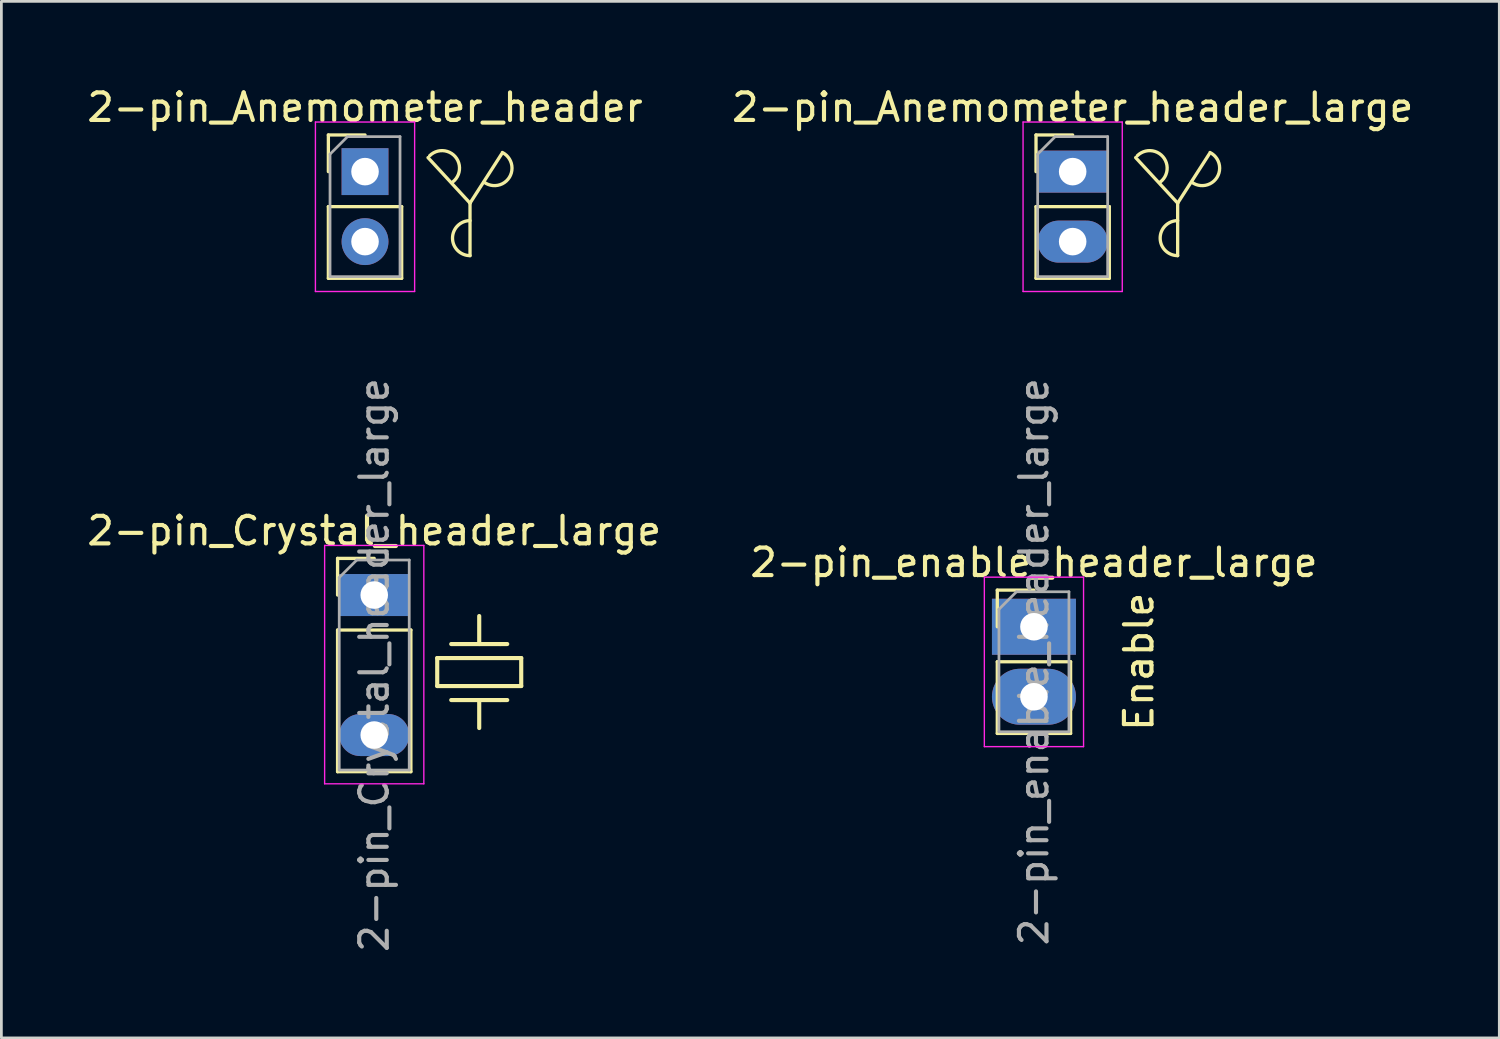
<source format=kicad_pcb>
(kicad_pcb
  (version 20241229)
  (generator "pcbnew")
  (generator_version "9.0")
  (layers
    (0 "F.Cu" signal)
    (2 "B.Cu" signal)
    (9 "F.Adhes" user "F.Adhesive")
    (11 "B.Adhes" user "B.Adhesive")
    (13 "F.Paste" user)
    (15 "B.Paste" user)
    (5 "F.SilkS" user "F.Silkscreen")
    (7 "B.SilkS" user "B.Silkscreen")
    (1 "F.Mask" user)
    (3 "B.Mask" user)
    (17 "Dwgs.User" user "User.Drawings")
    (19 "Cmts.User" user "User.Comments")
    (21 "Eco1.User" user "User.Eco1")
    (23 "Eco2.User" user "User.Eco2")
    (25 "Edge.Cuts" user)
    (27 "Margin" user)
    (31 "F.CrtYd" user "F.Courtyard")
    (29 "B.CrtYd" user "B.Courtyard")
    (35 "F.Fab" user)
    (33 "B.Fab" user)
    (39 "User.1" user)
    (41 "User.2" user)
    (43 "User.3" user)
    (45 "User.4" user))
  (footprint "2-pin_enable_header_large"
    (layer "F.Cu")
    (at 34.47 19.694)
    (property "Reference" "2-pin_enable_header_large" (at 0 -2.33 0) (layer "F.SilkS") (effects (font (size 1 1) (thickness 0.15))))
    (attr through_hole)
    (fp_line (start -1.33 -1.33) (end 0 -1.33) (stroke (width 0.12) (type solid)) (layer "F.SilkS"))
    (fp_line (start -1.33 0) (end -1.33 -1.33) (stroke (width 0.12) (type solid)) (layer "F.SilkS"))
    (fp_line (start -1.33 1.27) (end -1.33 3.87) (stroke (width 0.12) (type solid)) (layer "F.SilkS"))
    (fp_line (start -1.33 1.27) (end 1.33 1.27) (stroke (width 0.12) (type solid)) (layer "F.SilkS"))
    (fp_line (start -1.33 3.87) (end 1.33 3.87) (stroke (width 0.12) (type solid)) (layer "F.SilkS"))
    (fp_line (start 1.33 1.27) (end 1.33 3.87) (stroke (width 0.12) (type solid)) (layer "F.SilkS"))
    (fp_line (start -1.8 -1.8) (end -1.8 4.35) (stroke (width 0.05) (type solid)) (layer "F.CrtYd"))
    (fp_line (start -1.8 4.35) (end 1.8 4.35) (stroke (width 0.05) (type solid)) (layer "F.CrtYd"))
    (fp_line (start 1.8 -1.8) (end -1.8 -1.8) (stroke (width 0.05) (type solid)) (layer "F.CrtYd"))
    (fp_line (start 1.8 4.35) (end 1.8 -1.8) (stroke (width 0.05) (type solid)) (layer "F.CrtYd"))
    (fp_line (start -1.27 -0.635) (end -0.635 -1.27) (stroke (width 0.1) (type solid)) (layer "F.Fab"))
    (fp_line (start -1.27 3.81) (end -1.27 -0.635) (stroke (width 0.1) (type solid)) (layer "F.Fab"))
    (fp_line (start -0.635 -1.27) (end 1.27 -1.27) (stroke (width 0.1) (type solid)) (layer "F.Fab"))
    (fp_line (start 1.27 -1.27) (end 1.27 3.81) (stroke (width 0.1) (type solid)) (layer "F.Fab"))
    (fp_line (start 1.27 3.81) (end -1.27 3.81) (stroke (width 0.1) (type solid)) (layer "F.Fab"))
    (fp_text user "Enable" (at 3.81 1.27 90) (layer "F.SilkS") (effects (font (size 1 1) (thickness 0.15))))
    (fp_text user "${REFERENCE}" (at 0 1.27 90) (layer "F.Fab") (effects (font (size 1 1) (thickness 0.15))))
    (pad "1" thru_hole rect (at 0 0) (size 3.048 2.032) (drill 1) (layers "*.Cu" "*.Mask"))
    (pad "2" thru_hole oval (at 0 2.54) (size 3.048 2.032) (drill 1) (layers "*.Cu" "*.Mask")))
  (footprint "2-pin_Crystal_header_large"
    (layer "F.Cu")
    (at 10.53 18.543)
    (property "Reference" "2-pin_Crystal_header_large" (at 0 -2.33 0) (layer "F.SilkS") (effects (font (size 1 1) (thickness 0.15))))
    (attr through_hole)
    (fp_line (start -1.33 -1.33) (end 0 -1.33) (stroke (width 0.12) (type solid)) (layer "F.SilkS"))
    (fp_line (start -1.33 0) (end -1.33 -1.33) (stroke (width 0.12) (type solid)) (layer "F.SilkS"))
    (fp_line (start -1.33 1.27) (end -1.33 6.41) (stroke (width 0.12) (type solid)) (layer "F.SilkS"))
    (fp_line (start -1.33 1.27) (end 1.33 1.27) (stroke (width 0.12) (type solid)) (layer "F.SilkS"))
    (fp_line (start -1.33 6.41) (end 1.33 6.41) (stroke (width 0.12) (type solid)) (layer "F.SilkS"))
    (fp_line (start 1.33 1.27) (end 1.33 6.41) (stroke (width 0.12) (type solid)) (layer "F.SilkS"))
    (fp_line (start 2.286 2.286) (end 5.334 2.286) (stroke (width 0.15) (type solid)) (layer "F.SilkS"))
    (fp_line (start 2.286 3.302) (end 2.286 2.286) (stroke (width 0.15) (type solid)) (layer "F.SilkS"))
    (fp_line (start 2.794 1.778) (end 4.572 1.778) (stroke (width 0.15) (type solid)) (layer "F.SilkS"))
    (fp_line (start 2.794 3.81) (end 4.572 3.81) (stroke (width 0.15) (type solid)) (layer "F.SilkS"))
    (fp_line (start 3.81 1.778) (end 3.81 0.762) (stroke (width 0.15) (type solid)) (layer "F.SilkS"))
    (fp_line (start 3.81 3.81) (end 3.81 4.826) (stroke (width 0.15) (type solid)) (layer "F.SilkS"))
    (fp_line (start 4.572 1.778) (end 4.826 1.778) (stroke (width 0.15) (type solid)) (layer "F.SilkS"))
    (fp_line (start 4.572 3.81) (end 4.826 3.81) (stroke (width 0.15) (type solid)) (layer "F.SilkS"))
    (fp_line (start 5.334 2.286) (end 5.334 3.302) (stroke (width 0.15) (type solid)) (layer "F.SilkS"))
    (fp_line (start 5.334 3.302) (end 2.286 3.302) (stroke (width 0.15) (type solid)) (layer "F.SilkS"))
    (fp_line (start -1.8 -1.8) (end -1.8 6.85) (stroke (width 0.05) (type solid)) (layer "F.CrtYd"))
    (fp_line (start -1.8 6.85) (end 1.8 6.85) (stroke (width 0.05) (type solid)) (layer "F.CrtYd"))
    (fp_line (start 1.8 -1.8) (end -1.8 -1.8) (stroke (width 0.05) (type solid)) (layer "F.CrtYd"))
    (fp_line (start 1.8 6.85) (end 1.8 -1.8) (stroke (width 0.05) (type solid)) (layer "F.CrtYd"))
    (fp_line (start -1.27 -0.635) (end -0.635 -1.27) (stroke (width 0.1) (type solid)) (layer "F.Fab"))
    (fp_line (start -1.27 6.35) (end -1.27 -0.635) (stroke (width 0.1) (type solid)) (layer "F.Fab"))
    (fp_line (start -0.635 -1.27) (end 1.27 -1.27) (stroke (width 0.1) (type solid)) (layer "F.Fab"))
    (fp_line (start 1.27 -1.27) (end 1.27 6.35) (stroke (width 0.1) (type solid)) (layer "F.Fab"))
    (fp_line (start 1.27 6.35) (end -1.27 6.35) (stroke (width 0.1) (type solid)) (layer "F.Fab"))
    (fp_text user "${REFERENCE}" (at 0 2.54 90) (layer "F.Fab") (effects (font (size 1 1) (thickness 0.15))))
    (pad "1" thru_hole rect (at 0 0) (size 2.54 1.524) (drill 1) (layers "*.Cu" "*.Mask"))
    (pad "2" thru_hole oval (at 0 5.08) (size 2.54 1.524) (drill 1) (layers "*.Cu" "*.Mask")))
  (footprint "2-pin_Anemometer_header_large"
    (layer "F.Cu")
    (at 35.875 3.178)
    (property "Reference" "2-pin_Anemometer_header_large" (at 0 -2.33 0) (layer "F.SilkS") (effects (font (size 1 1) (thickness 0.15))))
    (attr through_hole)
    (fp_line (start -1.33 -1.33) (end 0 -1.33) (stroke (width 0.12) (type solid)) (layer "F.SilkS"))
    (fp_line (start -1.33 0) (end -1.33 -1.33) (stroke (width 0.12) (type solid)) (layer "F.SilkS"))
    (fp_line (start -1.33 1.27) (end -1.33 3.87) (stroke (width 0.12) (type solid)) (layer "F.SilkS"))
    (fp_line (start -1.33 1.27) (end 1.33 1.27) (stroke (width 0.12) (type solid)) (layer "F.SilkS"))
    (fp_line (start -1.33 3.87) (end 1.33 3.87) (stroke (width 0.12) (type solid)) (layer "F.SilkS"))
    (fp_line (start 1.33 1.27) (end 1.33 3.87) (stroke (width 0.12) (type solid)) (layer "F.SilkS"))
    (fp_line (start 3.81 1.143) (end 2.286 -0.508) (stroke (width 0.12) (type solid)) (layer "F.SilkS"))
    (fp_line (start 3.81 1.143) (end 3.81 3.048) (stroke (width 0.12) (type solid)) (layer "F.SilkS"))
    (fp_line (start 3.81 1.143) (end 4.953 -0.635) (stroke (width 0.12) (type solid)) (layer "F.SilkS"))
    (fp_arc (start 2.344987 -0.576012) (mid 3.273713 -0.543053) (end 3.175 0.380999) (stroke (width 0.12) (type solid)) (layer "F.SilkS"))
    (fp_arc (start 3.81 3.048) (mid 3.175 2.413) (end 3.81 1.778) (stroke (width 0.12) (type solid)) (layer "F.SilkS"))
    (fp_arc (start 4.98298 -0.694961) (mid 5.239163 0.206838) (end 4.318001 0.381) (stroke (width 0.12) (type solid)) (layer "F.SilkS"))
    (fp_line (start -1.8 -1.8) (end -1.8 4.35) (stroke (width 0.05) (type solid)) (layer "F.CrtYd"))
    (fp_line (start -1.8 4.35) (end 1.8 4.35) (stroke (width 0.05) (type solid)) (layer "F.CrtYd"))
    (fp_line (start 1.8 -1.8) (end -1.8 -1.8) (stroke (width 0.05) (type solid)) (layer "F.CrtYd"))
    (fp_line (start 1.8 4.35) (end 1.8 -1.8) (stroke (width 0.05) (type solid)) (layer "F.CrtYd"))
    (fp_line (start -1.27 -0.635) (end -0.635 -1.27) (stroke (width 0.1) (type solid)) (layer "F.Fab"))
    (fp_line (start -1.27 3.81) (end -1.27 -0.635) (stroke (width 0.1) (type solid)) (layer "F.Fab"))
    (fp_line (start -0.635 -1.27) (end 1.27 -1.27) (stroke (width 0.1) (type solid)) (layer "F.Fab"))
    (fp_line (start 1.27 -1.27) (end 1.27 3.81) (stroke (width 0.1) (type solid)) (layer "F.Fab"))
    (fp_line (start 1.27 3.81) (end -1.27 3.81) (stroke (width 0.1) (type solid)) (layer "F.Fab"))
    (pad "1" thru_hole rect (at 0 0) (size 2.54 1.524) (drill 1) (layers "*.Cu" "*.Mask"))
    (pad "2" thru_hole oval (at 0 2.54) (size 2.54 1.524) (drill 1) (layers "*.Cu" "*.Mask")))
  (footprint "2-pin_Anemometer_header"
    (layer "F.Cu")
    (at 10.196 3.178)
    (property "Reference" "2-pin_Anemometer_header" (at 0 -2.33 0) (layer "F.SilkS") (effects (font (size 1 1) (thickness 0.15))))
    (attr through_hole)
    (fp_line (start -1.33 -1.33) (end 0 -1.33) (stroke (width 0.12) (type solid)) (layer "F.SilkS"))
    (fp_line (start -1.33 0) (end -1.33 -1.33) (stroke (width 0.12) (type solid)) (layer "F.SilkS"))
    (fp_line (start -1.33 1.27) (end -1.33 3.87) (stroke (width 0.12) (type solid)) (layer "F.SilkS"))
    (fp_line (start -1.33 1.27) (end 1.33 1.27) (stroke (width 0.12) (type solid)) (layer "F.SilkS"))
    (fp_line (start -1.33 3.87) (end 1.33 3.87) (stroke (width 0.12) (type solid)) (layer "F.SilkS"))
    (fp_line (start 1.33 1.27) (end 1.33 3.87) (stroke (width 0.12) (type solid)) (layer "F.SilkS"))
    (fp_line (start 3.81 1.143) (end 2.286 -0.508) (stroke (width 0.12) (type solid)) (layer "F.SilkS"))
    (fp_line (start 3.81 1.143) (end 3.81 3.048) (stroke (width 0.12) (type solid)) (layer "F.SilkS"))
    (fp_line (start 3.81 1.143) (end 4.953 -0.635) (stroke (width 0.12) (type solid)) (layer "F.SilkS"))
    (fp_arc (start 2.344987 -0.576012) (mid 3.273713 -0.543053) (end 3.175 0.380999) (stroke (width 0.12) (type solid)) (layer "F.SilkS"))
    (fp_arc (start 3.81 3.048) (mid 3.175 2.413) (end 3.81 1.778) (stroke (width 0.12) (type solid)) (layer "F.SilkS"))
    (fp_arc (start 4.98298 -0.694961) (mid 5.239163 0.206838) (end 4.318001 0.381) (stroke (width 0.12) (type solid)) (layer "F.SilkS"))
    (fp_line (start -1.8 -1.8) (end -1.8 4.35) (stroke (width 0.05) (type solid)) (layer "F.CrtYd"))
    (fp_line (start -1.8 4.35) (end 1.8 4.35) (stroke (width 0.05) (type solid)) (layer "F.CrtYd"))
    (fp_line (start 1.8 -1.8) (end -1.8 -1.8) (stroke (width 0.05) (type solid)) (layer "F.CrtYd"))
    (fp_line (start 1.8 4.35) (end 1.8 -1.8) (stroke (width 0.05) (type solid)) (layer "F.CrtYd"))
    (fp_line (start -1.27 -0.635) (end -0.635 -1.27) (stroke (width 0.1) (type solid)) (layer "F.Fab"))
    (fp_line (start -1.27 3.81) (end -1.27 -0.635) (stroke (width 0.1) (type solid)) (layer "F.Fab"))
    (fp_line (start -0.635 -1.27) (end 1.27 -1.27) (stroke (width 0.1) (type solid)) (layer "F.Fab"))
    (fp_line (start 1.27 -1.27) (end 1.27 3.81) (stroke (width 0.1) (type solid)) (layer "F.Fab"))
    (fp_line (start 1.27 3.81) (end -1.27 3.81) (stroke (width 0.1) (type solid)) (layer "F.Fab"))
    (pad "1" thru_hole rect (at 0 0) (size 1.7 1.7) (drill 1) (layers "*.Cu" "*.Mask"))
    (pad "2" thru_hole oval (at 0 2.54) (size 1.7 1.7) (drill 1) (layers "*.Cu" "*.Mask")))
  (gr_rect
    (start -3 -3)
    (end 51.357 34.613)
    (stroke (width 0.1) (type default))
    (fill no)
    (layer "Edge.Cuts")))
</source>
